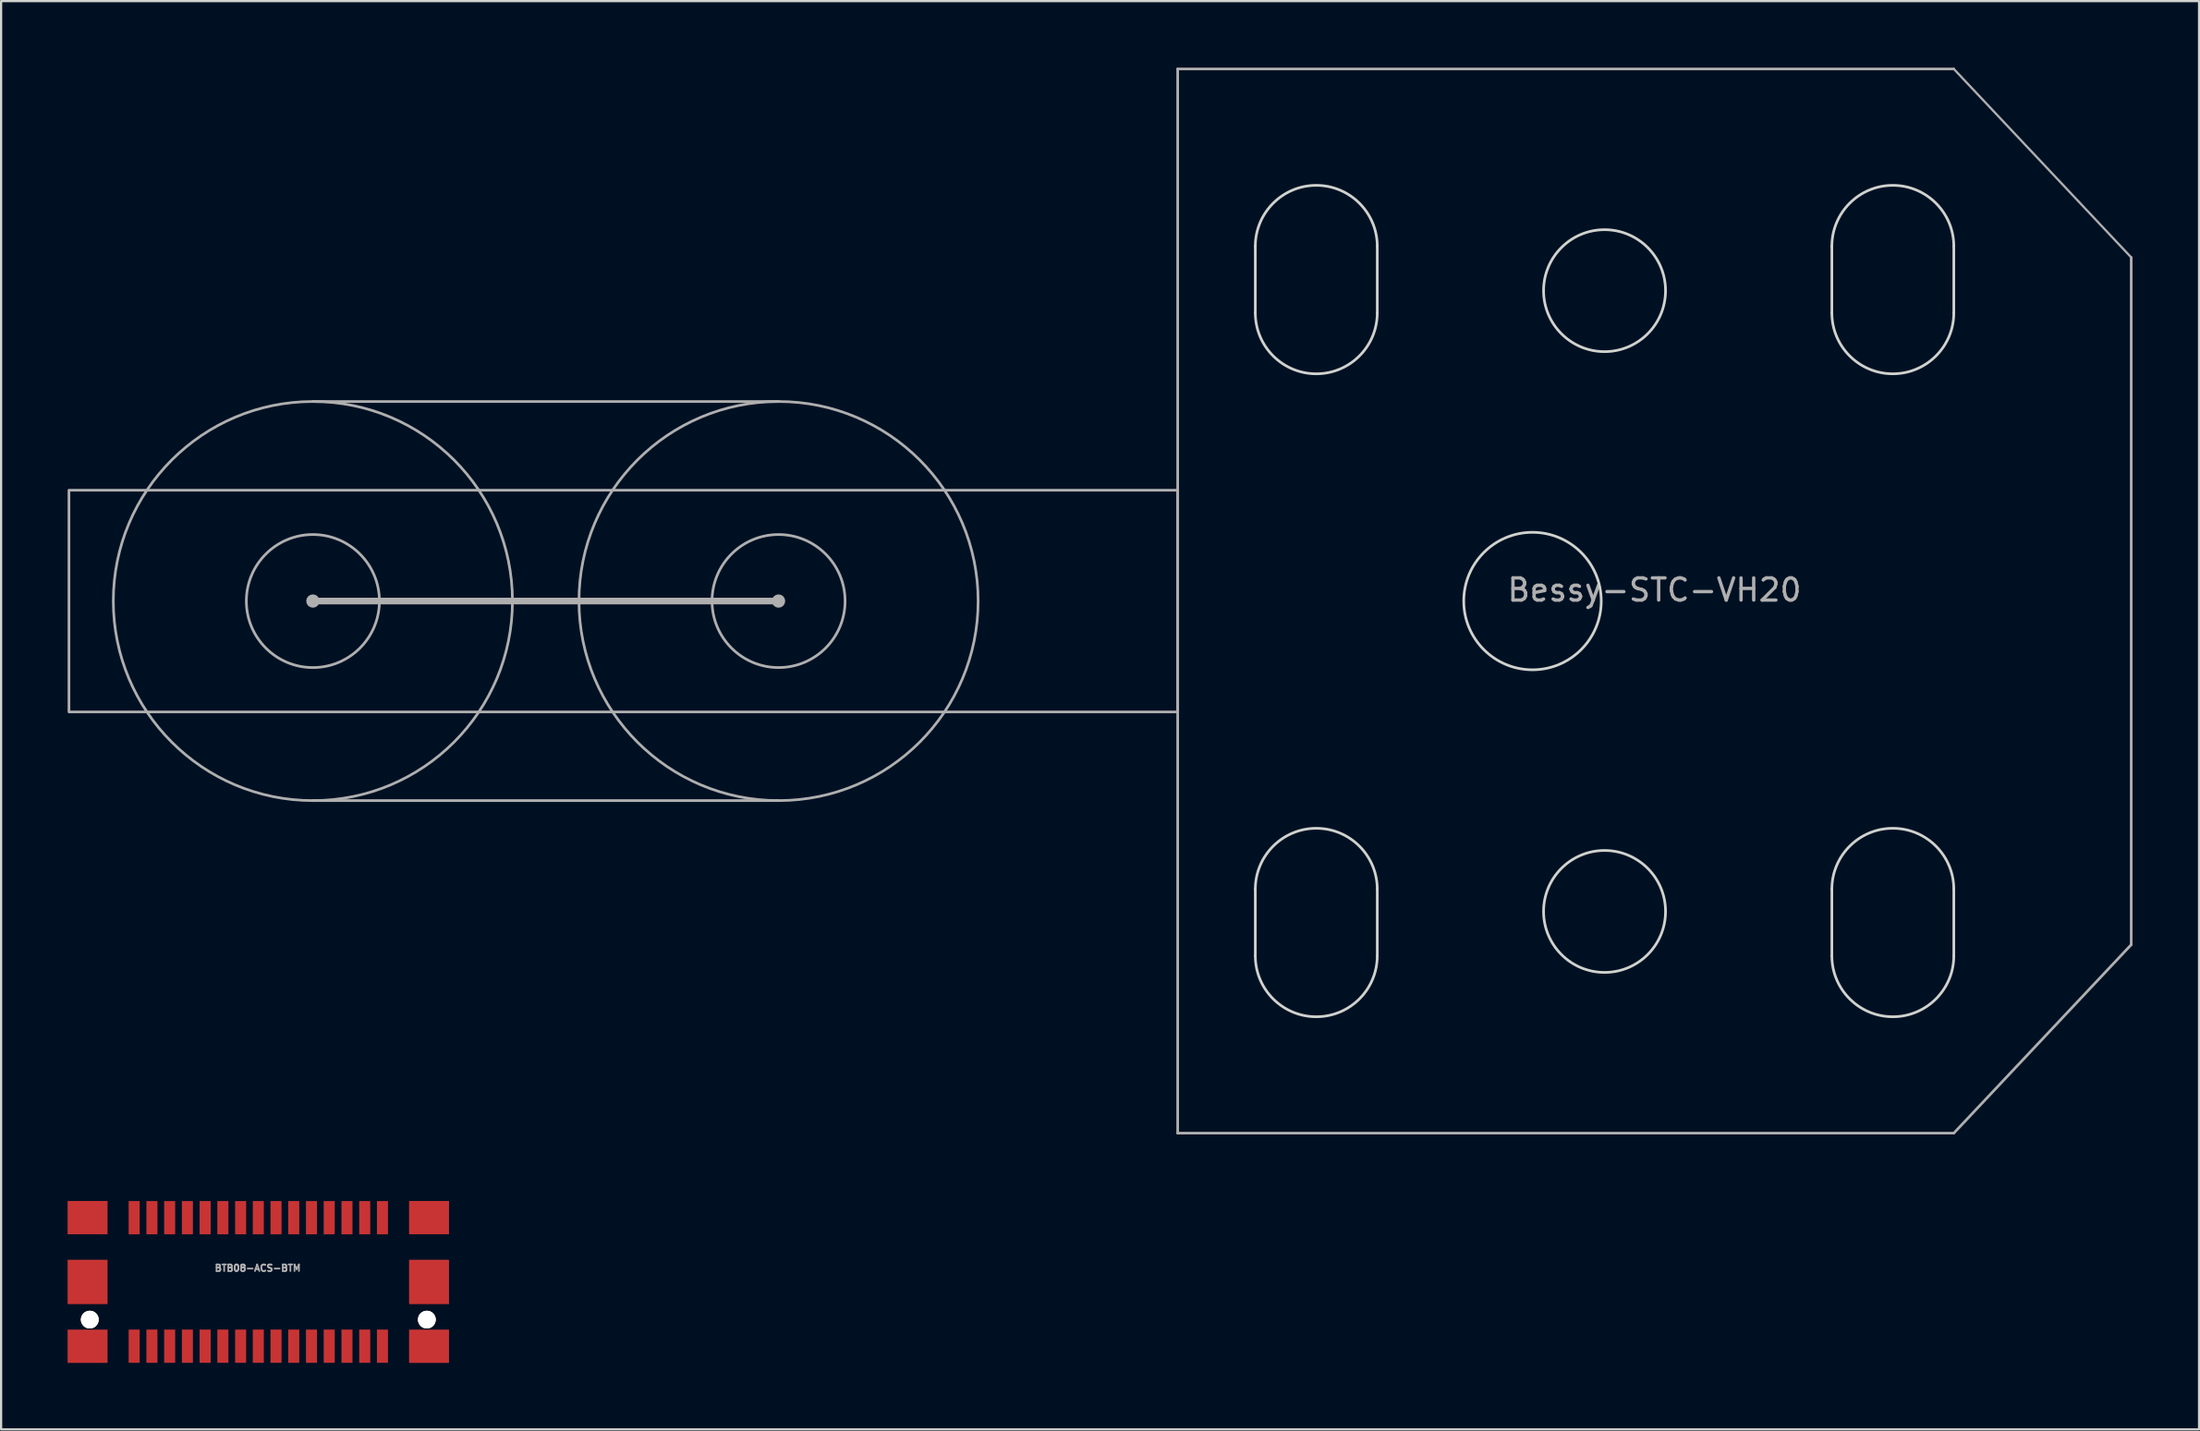
<source format=kicad_pcb>
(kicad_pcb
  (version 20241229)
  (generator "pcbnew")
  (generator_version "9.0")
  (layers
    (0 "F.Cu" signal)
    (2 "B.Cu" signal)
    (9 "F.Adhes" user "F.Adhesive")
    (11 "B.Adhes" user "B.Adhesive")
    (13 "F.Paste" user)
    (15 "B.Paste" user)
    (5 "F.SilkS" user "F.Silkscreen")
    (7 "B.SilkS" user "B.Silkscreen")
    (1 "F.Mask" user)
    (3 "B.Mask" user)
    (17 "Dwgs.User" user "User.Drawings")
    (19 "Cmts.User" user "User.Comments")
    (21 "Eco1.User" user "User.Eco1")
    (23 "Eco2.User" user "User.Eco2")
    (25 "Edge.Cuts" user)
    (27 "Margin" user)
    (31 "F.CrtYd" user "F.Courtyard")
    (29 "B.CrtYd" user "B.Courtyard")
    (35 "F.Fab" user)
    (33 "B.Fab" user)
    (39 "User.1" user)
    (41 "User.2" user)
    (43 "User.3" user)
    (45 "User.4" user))
  (footprint "BTB08-ACS-BTM"
    (layer "F.Cu")
    (at 8.599 54.771)
    (property "Reference" "BTB08-ACS-BTM" (at -0.025 -0.625 0) (layer "F.Fab") (effects (font (size 0.3 0.3) (thickness 0.075))))
    (attr smd)
    (fp_line (start -6.401 -1.801) (end -6.401 1.801) (stroke (width 0.001) (type solid)) (layer "F.Fab"))
    (fp_line (start -6.401 1.801) (end 6.401 1.801) (stroke (width 0.001) (type solid)) (layer "F.Fab"))
    (fp_line (start -5.999 -0.599) (end -5.999 1.001) (stroke (width 0.001) (type solid)) (layer "F.Fab"))
    (fp_line (start -5.999 1.001) (end 5.999 1.001) (stroke (width 0.001) (type solid)) (layer "F.Fab"))
    (fp_line (start -5.999 1.801) (end -5.601 1.199) (stroke (width 0.001) (type solid)) (layer "F.Fab"))
    (fp_line (start -5.601 -1.001) (end -5.601 -0.599) (stroke (width 0.001) (type solid)) (layer "F.Fab"))
    (fp_line (start -5.601 -0.599) (end -5.999 -0.599) (stroke (width 0.001) (type solid)) (layer "F.Fab"))
    (fp_line (start -5.601 1.199) (end -5.199 1.801) (stroke (width 0.001) (type solid)) (layer "F.Fab"))
    (fp_line (start 5.601 -1.001) (end -5.601 -1.001) (stroke (width 0.001) (type solid)) (layer "F.Fab"))
    (fp_line (start 5.601 -0.599) (end 5.601 -1.001) (stroke (width 0.001) (type solid)) (layer "F.Fab"))
    (fp_line (start 5.999 -0.599) (end 5.601 -0.599) (stroke (width 0.001) (type solid)) (layer "F.Fab"))
    (fp_line (start 5.999 1.001) (end 5.999 -0.599) (stroke (width 0.001) (type solid)) (layer "F.Fab"))
    (fp_line (start 6.401 -1.801) (end -6.401 -1.801) (stroke (width 0.001) (type solid)) (layer "F.Fab"))
    (fp_line (start 6.401 1.801) (end 6.401 -1.801) (stroke (width 0.001) (type solid)) (layer "F.Fab"))
    (pad "" thru_hole circle (at -7.6 1.699) (size 0.8 0.8) (drill 0.8) (layers "*.Cu" "*.Mask" "F.SilkS"))
    (pad "" thru_hole circle (at 7.6 1.699) (size 0.8 0.8) (drill 0.8) (layers "*.Cu" "*.Mask" "F.SilkS"))
    (pad "1" smd rect (at -5.598 2.898 180) (size 0.498 1.499) (layers "F.Cu" "F.Mask" "F.Paste"))
    (pad "2" smd rect (at -5.598 -2.898) (size 0.498 1.499) (layers "F.Cu" "F.Mask" "F.Paste"))
    (pad "3" smd rect (at -4.798 2.898 180) (size 0.498 1.499) (layers "F.Cu" "F.Mask" "F.Paste"))
    (pad "4" smd rect (at -4.798 -2.898) (size 0.498 1.499) (layers "F.Cu" "F.Mask" "F.Paste"))
    (pad "5" smd rect (at -3.998 2.898 180) (size 0.498 1.499) (layers "F.Cu" "F.Mask" "F.Paste"))
    (pad "6" smd rect (at -3.998 -2.898) (size 0.498 1.499) (layers "F.Cu" "F.Mask" "F.Paste"))
    (pad "7" smd rect (at -3.198 2.898 180) (size 0.498 1.499) (layers "F.Cu" "F.Mask" "F.Paste"))
    (pad "8" smd rect (at -3.198 -2.898) (size 0.498 1.499) (layers "F.Cu" "F.Mask" "F.Paste"))
    (pad "9" smd rect (at -2.398 2.898 180) (size 0.498 1.499) (layers "F.Cu" "F.Mask" "F.Paste"))
    (pad "10" smd rect (at -2.398 -2.898) (size 0.498 1.499) (layers "F.Cu" "F.Mask" "F.Paste"))
    (pad "11" smd rect (at -1.598 2.898 180) (size 0.498 1.499) (layers "F.Cu" "F.Mask" "F.Paste"))
    (pad "12" smd rect (at -1.598 -2.898) (size 0.498 1.499) (layers "F.Cu" "F.Mask" "F.Paste"))
    (pad "13" smd rect (at -0.798 2.898 180) (size 0.498 1.499) (layers "F.Cu" "F.Mask" "F.Paste"))
    (pad "14" smd rect (at -0.798 -2.898) (size 0.498 1.499) (layers "F.Cu" "F.Mask" "F.Paste"))
    (pad "15" smd rect (at 0 2.898 180) (size 0.498 1.499) (layers "F.Cu" "F.Mask" "F.Paste"))
    (pad "16" smd rect (at 0 -2.898) (size 0.498 1.499) (layers "F.Cu" "F.Mask" "F.Paste"))
    (pad "17" smd rect (at 0.798 2.898 180) (size 0.498 1.499) (layers "F.Cu" "F.Mask" "F.Paste"))
    (pad "18" smd rect (at 0.798 -2.898) (size 0.498 1.499) (layers "F.Cu" "F.Mask" "F.Paste"))
    (pad "19" smd rect (at 1.598 2.898 180) (size 0.498 1.499) (layers "F.Cu" "F.Mask" "F.Paste"))
    (pad "20" smd rect (at 1.598 -2.898) (size 0.498 1.499) (layers "F.Cu" "F.Mask" "F.Paste"))
    (pad "21" smd rect (at 2.398 2.898 180) (size 0.498 1.499) (layers "F.Cu" "F.Mask" "F.Paste"))
    (pad "22" smd rect (at 2.398 -2.898) (size 0.498 1.499) (layers "F.Cu" "F.Mask" "F.Paste"))
    (pad "23" smd rect (at 3.198 2.898 180) (size 0.498 1.499) (layers "F.Cu" "F.Mask" "F.Paste"))
    (pad "24" smd rect (at 3.198 -2.898) (size 0.498 1.499) (layers "F.Cu" "F.Mask" "F.Paste"))
    (pad "25" smd rect (at 3.998 2.898 180) (size 0.498 1.499) (layers "F.Cu" "F.Mask" "F.Paste"))
    (pad "26" smd rect (at 3.998 -2.898) (size 0.498 1.499) (layers "F.Cu" "F.Mask" "F.Paste"))
    (pad "27" smd rect (at 4.798 2.898 180) (size 0.498 1.499) (layers "F.Cu" "F.Mask" "F.Paste"))
    (pad "28" smd rect (at 4.798 -2.898) (size 0.498 1.499) (layers "F.Cu" "F.Mask" "F.Paste"))
    (pad "29" smd rect (at 5.598 2.898 180) (size 0.498 1.499) (layers "F.Cu" "F.Mask" "F.Paste"))
    (pad "30" smd rect (at 5.598 -2.898) (size 0.498 1.499) (layers "F.Cu" "F.Mask" "F.Paste"))
    (pad "EP" smd rect (at -7.699 -2.901) (size 1.801 1.501) (layers "F.Cu" "F.Mask" "F.Paste"))
    (pad "EP" smd rect (at -7.699 0) (size 1.801 1.999) (layers "F.Cu" "F.Mask" "F.Paste"))
    (pad "EP" smd rect (at -7.699 2.901) (size 1.801 1.501) (layers "F.Cu" "F.Mask" "F.Paste"))
    (pad "EP" smd rect (at 7.699 -2.901) (size 1.801 1.501) (layers "F.Cu" "F.Mask" "F.Paste"))
    (pad "EP" smd rect (at 7.699 0) (size 1.801 1.999) (layers "F.Cu" "F.Mask" "F.Paste"))
    (pad "EP" smd rect (at 7.699 2.901) (size 1.801 1.501) (layers "F.Cu" "F.Mask" "F.Paste")))
  (footprint "Bessy-STC-VH20"
    (layer "F.Cu")
    (at 71.56 24.06)
    (property "Reference" "Bessy-STC-VH20" (at 0 -0.5 0) (unlocked yes) (layer "F.Fab") (effects (font (size 1 1) (thickness 0.15))))
    (fp_line (start -18 -16) (end -18 -13) (stroke (width 0.12) (type solid)) (layer "Edge.Cuts"))
    (fp_line (start -18 13) (end -18 16) (stroke (width 0.12) (type solid)) (layer "Edge.Cuts"))
    (fp_line (start -12.5 -16) (end -12.5 -13) (stroke (width 0.12) (type solid)) (layer "Edge.Cuts"))
    (fp_line (start -12.5 13) (end -12.5 16) (stroke (width 0.12) (type solid)) (layer "Edge.Cuts"))
    (fp_line (start 8 -16) (end 8 -13) (stroke (width 0.12) (type solid)) (layer "Edge.Cuts"))
    (fp_line (start 8 13) (end 8 16) (stroke (width 0.12) (type solid)) (layer "Edge.Cuts"))
    (fp_line (start 13.5 -16) (end 13.5 -13) (stroke (width 0.12) (type solid)) (layer "Edge.Cuts"))
    (fp_line (start 13.5 13) (end 13.5 16) (stroke (width 0.12) (type solid)) (layer "Edge.Cuts"))
    (fp_arc (start -18 -16) (mid -15.25 -18.75) (end -12.5 -16) (stroke (width 0.12) (type solid)) (layer "Edge.Cuts"))
    (fp_arc (start -18 13) (mid -15.25 10.25) (end -12.5 13) (stroke (width 0.12) (type solid)) (layer "Edge.Cuts"))
    (fp_arc (start -12.5 -13) (mid -15.25 -10.25) (end -18 -13) (stroke (width 0.12) (type solid)) (layer "Edge.Cuts"))
    (fp_arc (start -12.5 16) (mid -15.25 18.75) (end -18 16) (stroke (width 0.12) (type solid)) (layer "Edge.Cuts"))
    (fp_arc (start 8 -16) (mid 10.75 -18.75) (end 13.5 -16) (stroke (width 0.12) (type solid)) (layer "Edge.Cuts"))
    (fp_arc (start 8 13) (mid 10.75 10.25) (end 13.5 13) (stroke (width 0.12) (type solid)) (layer "Edge.Cuts"))
    (fp_arc (start 13.5 -13) (mid 10.75 -10.25) (end 8 -13) (stroke (width 0.12) (type solid)) (layer "Edge.Cuts"))
    (fp_arc (start 13.5 16) (mid 10.75 18.75) (end 8 16) (stroke (width 0.12) (type solid)) (layer "Edge.Cuts"))
    (fp_circle (center -5.5 0) (end -2.4 0) (stroke (width 0.12) (type solid)) (fill no) (layer "Edge.Cuts"))
    (fp_circle (center -2.25 -14) (end 0.5 -14) (stroke (width 0.12) (type solid)) (fill no) (layer "Edge.Cuts"))
    (fp_circle (center -2.25 14) (end 0.5 14) (stroke (width 0.12) (type solid)) (fill no) (layer "Edge.Cuts"))
    (fp_line (start -60.5 -9) (end -39.5 -9) (stroke (width 0.12) (type solid)) (layer "F.Fab"))
    (fp_line (start -60.5 0) (end -39.5 0) (stroke (width 0.3) (type solid)) (layer "F.Fab"))
    (fp_line (start -60.5 9) (end -39.5 9) (stroke (width 0.12) (type solid)) (layer "F.Fab"))
    (fp_line (start -21.5 -24) (end 13.5 -24) (stroke (width 0.12) (type solid)) (layer "F.Fab"))
    (fp_line (start -21.5 24) (end -21.5 -24) (stroke (width 0.12) (type solid)) (layer "F.Fab"))
    (fp_line (start 13.5 -24) (end 21.5 -15.5) (stroke (width 0.1) (type solid)) (layer "F.Fab"))
    (fp_line (start 13.5 24) (end -21.5 24) (stroke (width 0.12) (type solid)) (layer "F.Fab"))
    (fp_line (start 13.5 24) (end 21.5 15.5) (stroke (width 0.12) (type solid)) (layer "F.Fab"))
    (fp_line (start 21.5 -15.5) (end 21.5 15.5) (stroke (width 0.12) (type solid)) (layer "F.Fab"))
    (fp_rect (start -71.5 -5) (end -21.5 5) (stroke (width 0.12) (type solid)) (fill no) (layer "F.Fab"))
    (fp_circle (center -60.5 0) (end -60.35 0) (stroke (width 0.3) (type solid)) (fill no) (layer "F.Fab"))
    (fp_circle (center -60.5 0) (end -57.5 0) (stroke (width 0.12) (type solid)) (fill no) (layer "F.Fab"))
    (fp_circle (center -60.5 0) (end -51.5 0) (stroke (width 0.12) (type solid)) (fill no) (layer "F.Fab"))
    (fp_circle (center -39.5 0) (end -39.35 0) (stroke (width 0.3) (type solid)) (fill no) (layer "F.Fab"))
    (fp_circle (center -39.5 0) (end -36.5 0) (stroke (width 0.12) (type solid)) (fill no) (layer "F.Fab"))
    (fp_circle (center -39.5 0) (end -30.5 0) (stroke (width 0.12) (type solid)) (fill no) (layer "F.Fab")))
  (gr_rect
    (start -3 -3)
    (end 96.12 61.422)
    (stroke (width 0.1) (type default))
    (fill no)
    (layer "Edge.Cuts")))
</source>
